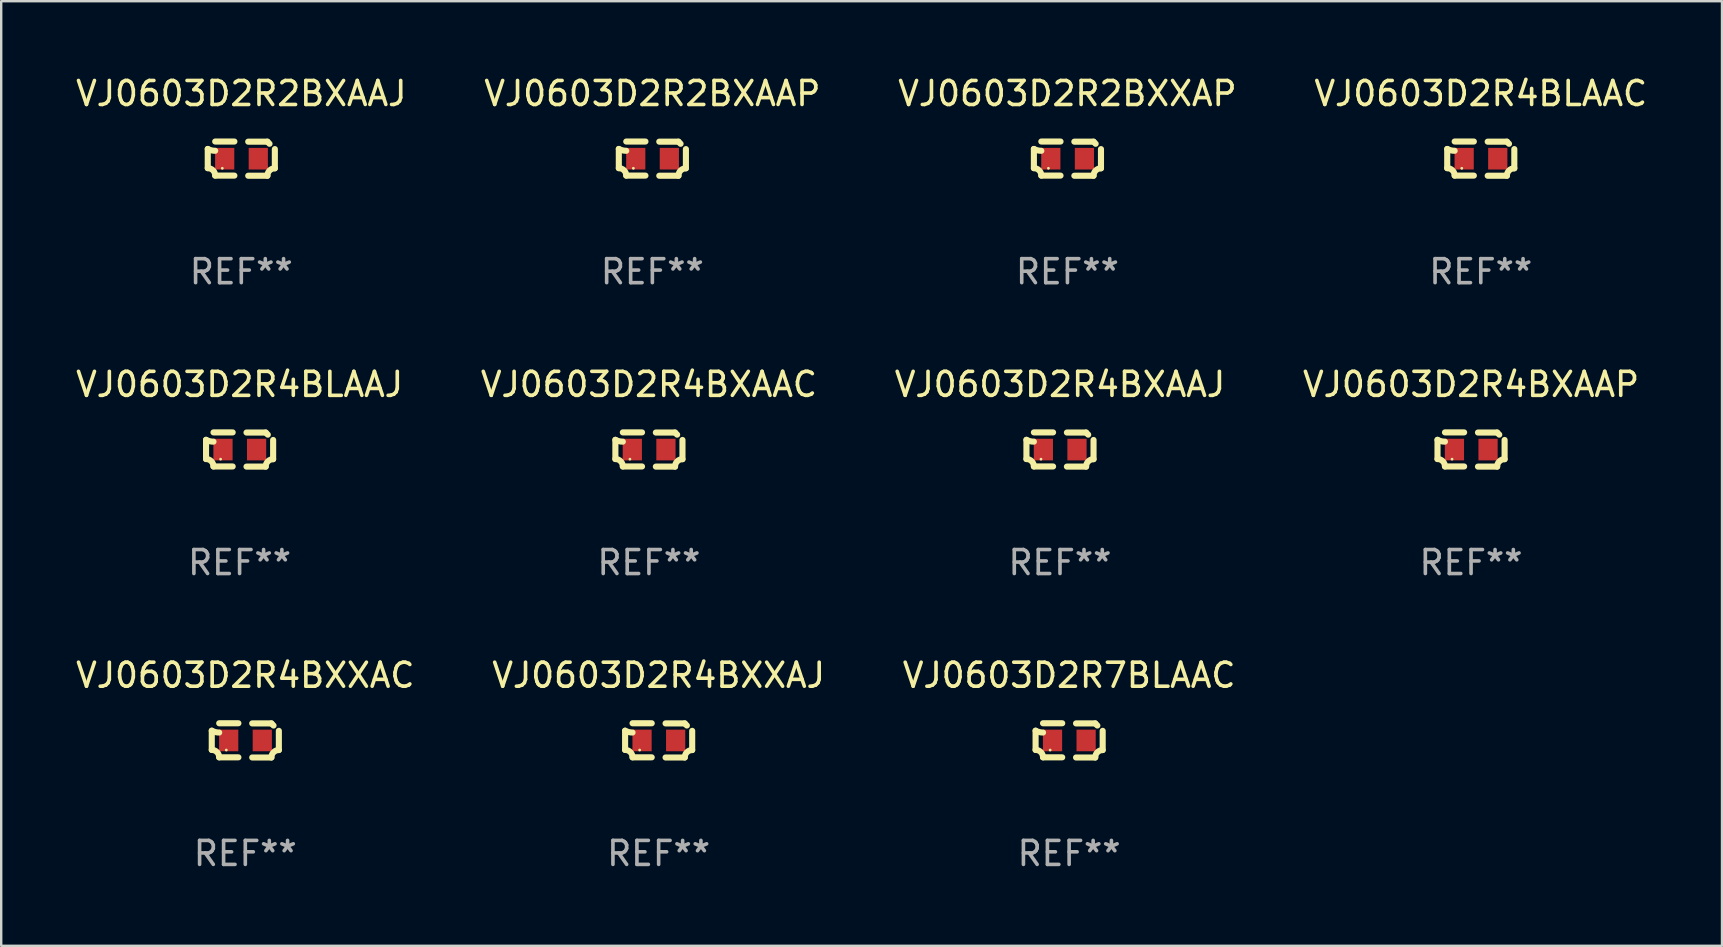
<source format=kicad_pcb>
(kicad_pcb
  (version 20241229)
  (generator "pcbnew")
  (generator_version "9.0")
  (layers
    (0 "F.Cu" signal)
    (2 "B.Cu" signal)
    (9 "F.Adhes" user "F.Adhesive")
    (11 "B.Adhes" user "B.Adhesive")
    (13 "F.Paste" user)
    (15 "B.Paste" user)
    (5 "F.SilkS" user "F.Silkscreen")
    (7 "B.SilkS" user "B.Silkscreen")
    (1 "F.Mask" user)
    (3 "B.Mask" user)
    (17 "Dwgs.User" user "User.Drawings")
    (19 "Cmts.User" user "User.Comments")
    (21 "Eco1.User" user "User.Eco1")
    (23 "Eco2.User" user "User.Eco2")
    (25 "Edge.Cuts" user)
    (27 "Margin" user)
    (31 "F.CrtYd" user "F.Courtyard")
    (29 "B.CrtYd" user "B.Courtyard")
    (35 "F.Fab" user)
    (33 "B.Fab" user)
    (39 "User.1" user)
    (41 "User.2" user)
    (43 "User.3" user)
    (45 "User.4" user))
  (footprint "VJ0603D2R4BXAAC"
    (layer "F.Cu")
    (at 23.994 15.683)
    (property "Reference" "VJ0603D2R4BXAAC" (at 0 -2.713 0) (layer "F.SilkS") (effects (font (size 1 1) (thickness 0.15))))
    (attr through_hole)
    (fp_line (start -1.398 -0.403) (end -1.398 0.397) (stroke (width 0.254) (type solid)) (layer "F.SilkS"))
    (fp_line (start -0.288 -0.713) (end -1.088 -0.713) (stroke (width 0.254) (type solid)) (layer "F.SilkS"))
    (fp_line (start -0.288 0.707) (end -1.088 0.707) (stroke (width 0.254) (type solid)) (layer "F.SilkS"))
    (fp_line (start 0.288 -0.707) (end 1.088 -0.707) (stroke (width 0.254) (type solid)) (layer "F.SilkS"))
    (fp_line (start 0.288 0.713) (end 1.088 0.713) (stroke (width 0.254) (type solid)) (layer "F.SilkS"))
    (fp_line (start 1.398 -0.397) (end 1.398 0.403) (stroke (width 0.254) (type solid)) (layer "F.SilkS"))
    (fp_arc (start -1.397789 0.397066) (mid -1.178701 0.487826) (end -1.08796 0.706922) (stroke (width 0.254001) (type solid)) (layer "F.SilkS"))
    (fp_arc (start -1.08796 -0.327176) (mid -1.247436 -0.346384) (end -1.39779 -0.402908) (stroke (width 0.254001) (type solid)) (layer "F.SilkS"))
    (fp_arc (start 1.087909 0.712738) (mid 1.178656 0.493655) (end 1.397739 0.402908) (stroke (width 0.254001) (type solid)) (layer "F.SilkS"))
    (fp_arc (start 1.175925 -0.618926) (mid 1.131917 -0.662923) (end 1.08791 -0.706922) (stroke (width 0.254001) (type solid)) (layer "F.SilkS"))
    (fp_circle (center -0.792 0.403) (end -0.762 0.403) (stroke (width 0.06) (type solid)) (fill no) (layer "F.SilkS"))
    (fp_text user "REF**" (at 0 4.713 0) (layer "F.Fab") (effects (font (size 1 1) (thickness 0.15))))
    (pad "1" smd rect (at -0.692 0.003) (size 0.8 0.9) (layers "F.Cu" "F.Mask" "F.Paste"))
    (pad "2" smd rect (at 0.708 0.003) (size 0.8 0.9) (layers "F.Cu" "F.Mask" "F.Paste")))
  (footprint "VJ0603D2R4BXXAC"
    (layer "F.Cu")
    (at 7.173 27.805)
    (property "Reference" "VJ0603D2R4BXXAC" (at 0 -2.713 0) (layer "F.SilkS") (effects (font (size 1 1) (thickness 0.15))))
    (attr through_hole)
    (fp_line (start -1.398 -0.403) (end -1.398 0.397) (stroke (width 0.254) (type solid)) (layer "F.SilkS"))
    (fp_line (start -0.288 -0.713) (end -1.088 -0.713) (stroke (width 0.254) (type solid)) (layer "F.SilkS"))
    (fp_line (start -0.288 0.707) (end -1.088 0.707) (stroke (width 0.254) (type solid)) (layer "F.SilkS"))
    (fp_line (start 0.288 -0.707) (end 1.088 -0.707) (stroke (width 0.254) (type solid)) (layer "F.SilkS"))
    (fp_line (start 0.288 0.713) (end 1.088 0.713) (stroke (width 0.254) (type solid)) (layer "F.SilkS"))
    (fp_line (start 1.398 -0.397) (end 1.398 0.403) (stroke (width 0.254) (type solid)) (layer "F.SilkS"))
    (fp_arc (start -1.397789 0.397066) (mid -1.178701 0.487826) (end -1.08796 0.706922) (stroke (width 0.254001) (type solid)) (layer "F.SilkS"))
    (fp_arc (start -1.08796 -0.327176) (mid -1.247436 -0.346384) (end -1.39779 -0.402908) (stroke (width 0.254001) (type solid)) (layer "F.SilkS"))
    (fp_arc (start 1.087909 0.712738) (mid 1.178656 0.493655) (end 1.397739 0.402908) (stroke (width 0.254001) (type solid)) (layer "F.SilkS"))
    (fp_arc (start 1.175925 -0.618926) (mid 1.131917 -0.662923) (end 1.08791 -0.706922) (stroke (width 0.254001) (type solid)) (layer "F.SilkS"))
    (fp_circle (center -0.792 0.403) (end -0.762 0.403) (stroke (width 0.06) (type solid)) (fill no) (layer "F.SilkS"))
    (fp_text user "REF**" (at 0 4.713 0) (layer "F.Fab") (effects (font (size 1 1) (thickness 0.15))))
    (pad "1" smd rect (at -0.692 0.003) (size 0.8 0.9) (layers "F.Cu" "F.Mask" "F.Paste"))
    (pad "2" smd rect (at 0.708 0.003) (size 0.8 0.9) (layers "F.Cu" "F.Mask" "F.Paste")))
  (footprint "VJ0603D2R4BXXAJ"
    (layer "F.Cu")
    (at 24.399 27.805)
    (property "Reference" "VJ0603D2R4BXXAJ" (at 0 -2.713 0) (layer "F.SilkS") (effects (font (size 1 1) (thickness 0.15))))
    (attr through_hole)
    (fp_line (start -1.398 -0.403) (end -1.398 0.397) (stroke (width 0.254) (type solid)) (layer "F.SilkS"))
    (fp_line (start -0.288 -0.713) (end -1.088 -0.713) (stroke (width 0.254) (type solid)) (layer "F.SilkS"))
    (fp_line (start -0.288 0.707) (end -1.088 0.707) (stroke (width 0.254) (type solid)) (layer "F.SilkS"))
    (fp_line (start 0.288 -0.707) (end 1.088 -0.707) (stroke (width 0.254) (type solid)) (layer "F.SilkS"))
    (fp_line (start 0.288 0.713) (end 1.088 0.713) (stroke (width 0.254) (type solid)) (layer "F.SilkS"))
    (fp_line (start 1.398 -0.397) (end 1.398 0.403) (stroke (width 0.254) (type solid)) (layer "F.SilkS"))
    (fp_arc (start -1.397789 0.397066) (mid -1.178701 0.487826) (end -1.08796 0.706922) (stroke (width 0.254001) (type solid)) (layer "F.SilkS"))
    (fp_arc (start -1.08796 -0.327176) (mid -1.247436 -0.346384) (end -1.39779 -0.402908) (stroke (width 0.254001) (type solid)) (layer "F.SilkS"))
    (fp_arc (start 1.087909 0.712738) (mid 1.178656 0.493655) (end 1.397739 0.402908) (stroke (width 0.254001) (type solid)) (layer "F.SilkS"))
    (fp_arc (start 1.175925 -0.618926) (mid 1.131917 -0.662923) (end 1.08791 -0.706922) (stroke (width 0.254001) (type solid)) (layer "F.SilkS"))
    (fp_circle (center -0.792 0.403) (end -0.762 0.403) (stroke (width 0.06) (type solid)) (fill no) (layer "F.SilkS"))
    (fp_text user "REF**" (at 0 4.713 0) (layer "F.Fab") (effects (font (size 1 1) (thickness 0.15))))
    (pad "1" smd rect (at -0.692 0.003) (size 0.8 0.9) (layers "F.Cu" "F.Mask" "F.Paste"))
    (pad "2" smd rect (at 0.708 0.003) (size 0.8 0.9) (layers "F.Cu" "F.Mask" "F.Paste")))
  (footprint "VJ0603D2R4BLAAC"
    (layer "F.Cu")
    (at 58.661 3.561)
    (property "Reference" "VJ0603D2R4BLAAC" (at 0 -2.713 0) (layer "F.SilkS") (effects (font (size 1 1) (thickness 0.15))))
    (attr through_hole)
    (fp_line (start -1.398 -0.403) (end -1.398 0.397) (stroke (width 0.254) (type solid)) (layer "F.SilkS"))
    (fp_line (start -0.288 -0.713) (end -1.088 -0.713) (stroke (width 0.254) (type solid)) (layer "F.SilkS"))
    (fp_line (start -0.288 0.707) (end -1.088 0.707) (stroke (width 0.254) (type solid)) (layer "F.SilkS"))
    (fp_line (start 0.288 -0.707) (end 1.088 -0.707) (stroke (width 0.254) (type solid)) (layer "F.SilkS"))
    (fp_line (start 0.288 0.713) (end 1.088 0.713) (stroke (width 0.254) (type solid)) (layer "F.SilkS"))
    (fp_line (start 1.398 -0.397) (end 1.398 0.403) (stroke (width 0.254) (type solid)) (layer "F.SilkS"))
    (fp_arc (start -1.397789 0.397066) (mid -1.178701 0.487826) (end -1.08796 0.706922) (stroke (width 0.254001) (type solid)) (layer "F.SilkS"))
    (fp_arc (start -1.08796 -0.327176) (mid -1.247436 -0.346384) (end -1.39779 -0.402908) (stroke (width 0.254001) (type solid)) (layer "F.SilkS"))
    (fp_arc (start 1.087909 0.712738) (mid 1.178656 0.493655) (end 1.397739 0.402908) (stroke (width 0.254001) (type solid)) (layer "F.SilkS"))
    (fp_arc (start 1.175925 -0.618926) (mid 1.131917 -0.662923) (end 1.08791 -0.706922) (stroke (width 0.254001) (type solid)) (layer "F.SilkS"))
    (fp_circle (center -0.792 0.403) (end -0.762 0.403) (stroke (width 0.06) (type solid)) (fill no) (layer "F.SilkS"))
    (fp_text user "REF**" (at 0 4.713 0) (layer "F.Fab") (effects (font (size 1 1) (thickness 0.15))))
    (pad "1" smd rect (at -0.692 0.003) (size 0.8 0.9) (layers "F.Cu" "F.Mask" "F.Paste"))
    (pad "2" smd rect (at 0.708 0.003) (size 0.8 0.9) (layers "F.Cu" "F.Mask" "F.Paste")))
  (footprint "VJ0603D2R4BXAAJ"
    (layer "F.Cu")
    (at 41.125 15.683)
    (property "Reference" "VJ0603D2R4BXAAJ" (at 0 -2.713 0) (layer "F.SilkS") (effects (font (size 1 1) (thickness 0.15))))
    (attr through_hole)
    (fp_line (start -1.398 -0.403) (end -1.398 0.397) (stroke (width 0.254) (type solid)) (layer "F.SilkS"))
    (fp_line (start -0.288 -0.713) (end -1.088 -0.713) (stroke (width 0.254) (type solid)) (layer "F.SilkS"))
    (fp_line (start -0.288 0.707) (end -1.088 0.707) (stroke (width 0.254) (type solid)) (layer "F.SilkS"))
    (fp_line (start 0.288 -0.707) (end 1.088 -0.707) (stroke (width 0.254) (type solid)) (layer "F.SilkS"))
    (fp_line (start 0.288 0.713) (end 1.088 0.713) (stroke (width 0.254) (type solid)) (layer "F.SilkS"))
    (fp_line (start 1.398 -0.397) (end 1.398 0.403) (stroke (width 0.254) (type solid)) (layer "F.SilkS"))
    (fp_arc (start -1.397789 0.397066) (mid -1.178701 0.487826) (end -1.08796 0.706922) (stroke (width 0.254001) (type solid)) (layer "F.SilkS"))
    (fp_arc (start -1.08796 -0.327176) (mid -1.247436 -0.346384) (end -1.39779 -0.402908) (stroke (width 0.254001) (type solid)) (layer "F.SilkS"))
    (fp_arc (start 1.087909 0.712738) (mid 1.178656 0.493655) (end 1.397739 0.402908) (stroke (width 0.254001) (type solid)) (layer "F.SilkS"))
    (fp_arc (start 1.175925 -0.618926) (mid 1.131917 -0.662923) (end 1.08791 -0.706922) (stroke (width 0.254001) (type solid)) (layer "F.SilkS"))
    (fp_circle (center -0.792 0.403) (end -0.762 0.403) (stroke (width 0.06) (type solid)) (fill no) (layer "F.SilkS"))
    (fp_text user "REF**" (at 0 4.713 0) (layer "F.Fab") (effects (font (size 1 1) (thickness 0.15))))
    (pad "1" smd rect (at -0.692 0.003) (size 0.8 0.9) (layers "F.Cu" "F.Mask" "F.Paste"))
    (pad "2" smd rect (at 0.708 0.003) (size 0.8 0.9) (layers "F.Cu" "F.Mask" "F.Paste")))
  (footprint "VJ0603D2R4BXAAP"
    (layer "F.Cu")
    (at 58.256 15.683)
    (property "Reference" "VJ0603D2R4BXAAP" (at 0 -2.713 0) (layer "F.SilkS") (effects (font (size 1 1) (thickness 0.15))))
    (attr through_hole)
    (fp_line (start -1.398 -0.403) (end -1.398 0.397) (stroke (width 0.254) (type solid)) (layer "F.SilkS"))
    (fp_line (start -0.288 -0.713) (end -1.088 -0.713) (stroke (width 0.254) (type solid)) (layer "F.SilkS"))
    (fp_line (start -0.288 0.707) (end -1.088 0.707) (stroke (width 0.254) (type solid)) (layer "F.SilkS"))
    (fp_line (start 0.288 -0.707) (end 1.088 -0.707) (stroke (width 0.254) (type solid)) (layer "F.SilkS"))
    (fp_line (start 0.288 0.713) (end 1.088 0.713) (stroke (width 0.254) (type solid)) (layer "F.SilkS"))
    (fp_line (start 1.398 -0.397) (end 1.398 0.403) (stroke (width 0.254) (type solid)) (layer "F.SilkS"))
    (fp_arc (start -1.397789 0.397066) (mid -1.178701 0.487826) (end -1.08796 0.706922) (stroke (width 0.254001) (type solid)) (layer "F.SilkS"))
    (fp_arc (start -1.08796 -0.327176) (mid -1.247436 -0.346384) (end -1.39779 -0.402908) (stroke (width 0.254001) (type solid)) (layer "F.SilkS"))
    (fp_arc (start 1.087909 0.712738) (mid 1.178656 0.493655) (end 1.397739 0.402908) (stroke (width 0.254001) (type solid)) (layer "F.SilkS"))
    (fp_arc (start 1.175925 -0.618926) (mid 1.131917 -0.662923) (end 1.08791 -0.706922) (stroke (width 0.254001) (type solid)) (layer "F.SilkS"))
    (fp_circle (center -0.792 0.403) (end -0.762 0.403) (stroke (width 0.06) (type solid)) (fill no) (layer "F.SilkS"))
    (fp_text user "REF**" (at 0 4.713 0) (layer "F.Fab") (effects (font (size 1 1) (thickness 0.15))))
    (pad "1" smd rect (at -0.692 0.003) (size 0.8 0.9) (layers "F.Cu" "F.Mask" "F.Paste"))
    (pad "2" smd rect (at 0.708 0.003) (size 0.8 0.9) (layers "F.Cu" "F.Mask" "F.Paste")))
  (footprint "VJ0603D2R2BXXAP"
    (layer "F.Cu")
    (at 41.435 3.561)
    (property "Reference" "VJ0603D2R2BXXAP" (at 0 -2.713 0) (layer "F.SilkS") (effects (font (size 1 1) (thickness 0.15))))
    (attr through_hole)
    (fp_line (start -1.398 -0.403) (end -1.398 0.397) (stroke (width 0.254) (type solid)) (layer "F.SilkS"))
    (fp_line (start -0.288 -0.713) (end -1.088 -0.713) (stroke (width 0.254) (type solid)) (layer "F.SilkS"))
    (fp_line (start -0.288 0.707) (end -1.088 0.707) (stroke (width 0.254) (type solid)) (layer "F.SilkS"))
    (fp_line (start 0.288 -0.707) (end 1.088 -0.707) (stroke (width 0.254) (type solid)) (layer "F.SilkS"))
    (fp_line (start 0.288 0.713) (end 1.088 0.713) (stroke (width 0.254) (type solid)) (layer "F.SilkS"))
    (fp_line (start 1.398 -0.397) (end 1.398 0.403) (stroke (width 0.254) (type solid)) (layer "F.SilkS"))
    (fp_arc (start -1.397789 0.397066) (mid -1.178701 0.487826) (end -1.08796 0.706922) (stroke (width 0.254001) (type solid)) (layer "F.SilkS"))
    (fp_arc (start -1.08796 -0.327176) (mid -1.247436 -0.346384) (end -1.39779 -0.402908) (stroke (width 0.254001) (type solid)) (layer "F.SilkS"))
    (fp_arc (start 1.087909 0.712738) (mid 1.178656 0.493655) (end 1.397739 0.402908) (stroke (width 0.254001) (type solid)) (layer "F.SilkS"))
    (fp_arc (start 1.175925 -0.618926) (mid 1.131917 -0.662923) (end 1.08791 -0.706922) (stroke (width 0.254001) (type solid)) (layer "F.SilkS"))
    (fp_circle (center -0.792 0.403) (end -0.762 0.403) (stroke (width 0.06) (type solid)) (fill no) (layer "F.SilkS"))
    (fp_text user "REF**" (at 0 4.713 0) (layer "F.Fab") (effects (font (size 1 1) (thickness 0.15))))
    (pad "1" smd rect (at -0.692 0.003) (size 0.8 0.9) (layers "F.Cu" "F.Mask" "F.Paste"))
    (pad "2" smd rect (at 0.708 0.003) (size 0.8 0.9) (layers "F.Cu" "F.Mask" "F.Paste")))
  (footprint "VJ0603D2R2BXAAP"
    (layer "F.Cu")
    (at 24.137 3.561)
    (property "Reference" "VJ0603D2R2BXAAP" (at 0 -2.713 0) (layer "F.SilkS") (effects (font (size 1 1) (thickness 0.15))))
    (attr through_hole)
    (fp_line (start -1.398 -0.403) (end -1.398 0.397) (stroke (width 0.254) (type solid)) (layer "F.SilkS"))
    (fp_line (start -0.288 -0.713) (end -1.088 -0.713) (stroke (width 0.254) (type solid)) (layer "F.SilkS"))
    (fp_line (start -0.288 0.707) (end -1.088 0.707) (stroke (width 0.254) (type solid)) (layer "F.SilkS"))
    (fp_line (start 0.288 -0.707) (end 1.088 -0.707) (stroke (width 0.254) (type solid)) (layer "F.SilkS"))
    (fp_line (start 0.288 0.713) (end 1.088 0.713) (stroke (width 0.254) (type solid)) (layer "F.SilkS"))
    (fp_line (start 1.398 -0.397) (end 1.398 0.403) (stroke (width 0.254) (type solid)) (layer "F.SilkS"))
    (fp_arc (start -1.397789 0.397066) (mid -1.178701 0.487826) (end -1.08796 0.706922) (stroke (width 0.254001) (type solid)) (layer "F.SilkS"))
    (fp_arc (start -1.08796 -0.327176) (mid -1.247436 -0.346384) (end -1.39779 -0.402908) (stroke (width 0.254001) (type solid)) (layer "F.SilkS"))
    (fp_arc (start 1.087909 0.712738) (mid 1.178656 0.493655) (end 1.397739 0.402908) (stroke (width 0.254001) (type solid)) (layer "F.SilkS"))
    (fp_arc (start 1.175925 -0.618926) (mid 1.131917 -0.662923) (end 1.08791 -0.706922) (stroke (width 0.254001) (type solid)) (layer "F.SilkS"))
    (fp_circle (center -0.792 0.403) (end -0.762 0.403) (stroke (width 0.06) (type solid)) (fill no) (layer "F.SilkS"))
    (fp_text user "REF**" (at 0 4.713 0) (layer "F.Fab") (effects (font (size 1 1) (thickness 0.15))))
    (pad "1" smd rect (at -0.692 0.003) (size 0.8 0.9) (layers "F.Cu" "F.Mask" "F.Paste"))
    (pad "2" smd rect (at 0.708 0.003) (size 0.8 0.9) (layers "F.Cu" "F.Mask" "F.Paste")))
  (footprint "VJ0603D2R7BLAAC"
    (layer "F.Cu")
    (at 41.506 27.805)
    (property "Reference" "VJ0603D2R7BLAAC" (at 0 -2.713 0) (layer "F.SilkS") (effects (font (size 1 1) (thickness 0.15))))
    (attr through_hole)
    (fp_line (start -1.398 -0.403) (end -1.398 0.397) (stroke (width 0.254) (type solid)) (layer "F.SilkS"))
    (fp_line (start -0.288 -0.713) (end -1.088 -0.713) (stroke (width 0.254) (type solid)) (layer "F.SilkS"))
    (fp_line (start -0.288 0.707) (end -1.088 0.707) (stroke (width 0.254) (type solid)) (layer "F.SilkS"))
    (fp_line (start 0.288 -0.707) (end 1.088 -0.707) (stroke (width 0.254) (type solid)) (layer "F.SilkS"))
    (fp_line (start 0.288 0.713) (end 1.088 0.713) (stroke (width 0.254) (type solid)) (layer "F.SilkS"))
    (fp_line (start 1.398 -0.397) (end 1.398 0.403) (stroke (width 0.254) (type solid)) (layer "F.SilkS"))
    (fp_arc (start -1.397789 0.397066) (mid -1.178701 0.487826) (end -1.08796 0.706922) (stroke (width 0.254001) (type solid)) (layer "F.SilkS"))
    (fp_arc (start -1.08796 -0.327176) (mid -1.247436 -0.346384) (end -1.39779 -0.402908) (stroke (width 0.254001) (type solid)) (layer "F.SilkS"))
    (fp_arc (start 1.087909 0.712738) (mid 1.178656 0.493655) (end 1.397739 0.402908) (stroke (width 0.254001) (type solid)) (layer "F.SilkS"))
    (fp_arc (start 1.175925 -0.618926) (mid 1.131917 -0.662923) (end 1.08791 -0.706922) (stroke (width 0.254001) (type solid)) (layer "F.SilkS"))
    (fp_circle (center -0.792 0.403) (end -0.762 0.403) (stroke (width 0.06) (type solid)) (fill no) (layer "F.SilkS"))
    (fp_text user "REF**" (at 0 4.713 0) (layer "F.Fab") (effects (font (size 1 1) (thickness 0.15))))
    (pad "1" smd rect (at -0.692 0.003) (size 0.8 0.9) (layers "F.Cu" "F.Mask" "F.Paste"))
    (pad "2" smd rect (at 0.708 0.003) (size 0.8 0.9) (layers "F.Cu" "F.Mask" "F.Paste")))
  (footprint "VJ0603D2R4BLAAJ"
    (layer "F.Cu")
    (at 6.935 15.683)
    (property "Reference" "VJ0603D2R4BLAAJ" (at 0 -2.713 0) (layer "F.SilkS") (effects (font (size 1 1) (thickness 0.15))))
    (attr through_hole)
    (fp_line (start -1.398 -0.403) (end -1.398 0.397) (stroke (width 0.254) (type solid)) (layer "F.SilkS"))
    (fp_line (start -0.288 -0.713) (end -1.088 -0.713) (stroke (width 0.254) (type solid)) (layer "F.SilkS"))
    (fp_line (start -0.288 0.707) (end -1.088 0.707) (stroke (width 0.254) (type solid)) (layer "F.SilkS"))
    (fp_line (start 0.288 -0.707) (end 1.088 -0.707) (stroke (width 0.254) (type solid)) (layer "F.SilkS"))
    (fp_line (start 0.288 0.713) (end 1.088 0.713) (stroke (width 0.254) (type solid)) (layer "F.SilkS"))
    (fp_line (start 1.398 -0.397) (end 1.398 0.403) (stroke (width 0.254) (type solid)) (layer "F.SilkS"))
    (fp_arc (start -1.397789 0.397066) (mid -1.178701 0.487826) (end -1.08796 0.706922) (stroke (width 0.254001) (type solid)) (layer "F.SilkS"))
    (fp_arc (start -1.08796 -0.327176) (mid -1.247436 -0.346384) (end -1.39779 -0.402908) (stroke (width 0.254001) (type solid)) (layer "F.SilkS"))
    (fp_arc (start 1.087909 0.712738) (mid 1.178656 0.493655) (end 1.397739 0.402908) (stroke (width 0.254001) (type solid)) (layer "F.SilkS"))
    (fp_arc (start 1.175925 -0.618926) (mid 1.131917 -0.662923) (end 1.08791 -0.706922) (stroke (width 0.254001) (type solid)) (layer "F.SilkS"))
    (fp_circle (center -0.792 0.403) (end -0.762 0.403) (stroke (width 0.06) (type solid)) (fill no) (layer "F.SilkS"))
    (fp_text user "REF**" (at 0 4.713 0) (layer "F.Fab") (effects (font (size 1 1) (thickness 0.15))))
    (pad "1" smd rect (at -0.692 0.003) (size 0.8 0.9) (layers "F.Cu" "F.Mask" "F.Paste"))
    (pad "2" smd rect (at 0.708 0.003) (size 0.8 0.9) (layers "F.Cu" "F.Mask" "F.Paste")))
  (footprint "VJ0603D2R2BXAAJ"
    (layer "F.Cu")
    (at 7.006 3.561)
    (property "Reference" "VJ0603D2R2BXAAJ" (at 0 -2.713 0) (layer "F.SilkS") (effects (font (size 1 1) (thickness 0.15))))
    (attr through_hole)
    (fp_line (start -1.398 -0.403) (end -1.398 0.397) (stroke (width 0.254) (type solid)) (layer "F.SilkS"))
    (fp_line (start -0.288 -0.713) (end -1.088 -0.713) (stroke (width 0.254) (type solid)) (layer "F.SilkS"))
    (fp_line (start -0.288 0.707) (end -1.088 0.707) (stroke (width 0.254) (type solid)) (layer "F.SilkS"))
    (fp_line (start 0.288 -0.707) (end 1.088 -0.707) (stroke (width 0.254) (type solid)) (layer "F.SilkS"))
    (fp_line (start 0.288 0.713) (end 1.088 0.713) (stroke (width 0.254) (type solid)) (layer "F.SilkS"))
    (fp_line (start 1.398 -0.397) (end 1.398 0.403) (stroke (width 0.254) (type solid)) (layer "F.SilkS"))
    (fp_arc (start -1.397789 0.397066) (mid -1.178701 0.487826) (end -1.08796 0.706922) (stroke (width 0.254001) (type solid)) (layer "F.SilkS"))
    (fp_arc (start -1.08796 -0.327176) (mid -1.247436 -0.346384) (end -1.39779 -0.402908) (stroke (width 0.254001) (type solid)) (layer "F.SilkS"))
    (fp_arc (start 1.087909 0.712738) (mid 1.178656 0.493655) (end 1.397739 0.402908) (stroke (width 0.254001) (type solid)) (layer "F.SilkS"))
    (fp_arc (start 1.175925 -0.618926) (mid 1.131917 -0.662923) (end 1.08791 -0.706922) (stroke (width 0.254001) (type solid)) (layer "F.SilkS"))
    (fp_circle (center -0.792 0.403) (end -0.762 0.403) (stroke (width 0.06) (type solid)) (fill no) (layer "F.SilkS"))
    (fp_text user "REF**" (at 0 4.713 0) (layer "F.Fab") (effects (font (size 1 1) (thickness 0.15))))
    (pad "1" smd rect (at -0.692 0.003) (size 0.8 0.9) (layers "F.Cu" "F.Mask" "F.Paste"))
    (pad "2" smd rect (at 0.708 0.003) (size 0.8 0.9) (layers "F.Cu" "F.Mask" "F.Paste")))
  (gr_rect
    (start -3 -3)
    (end 68.714 36.366)
    (stroke (width 0.1) (type default))
    (fill no)
    (layer "Edge.Cuts")))
</source>
